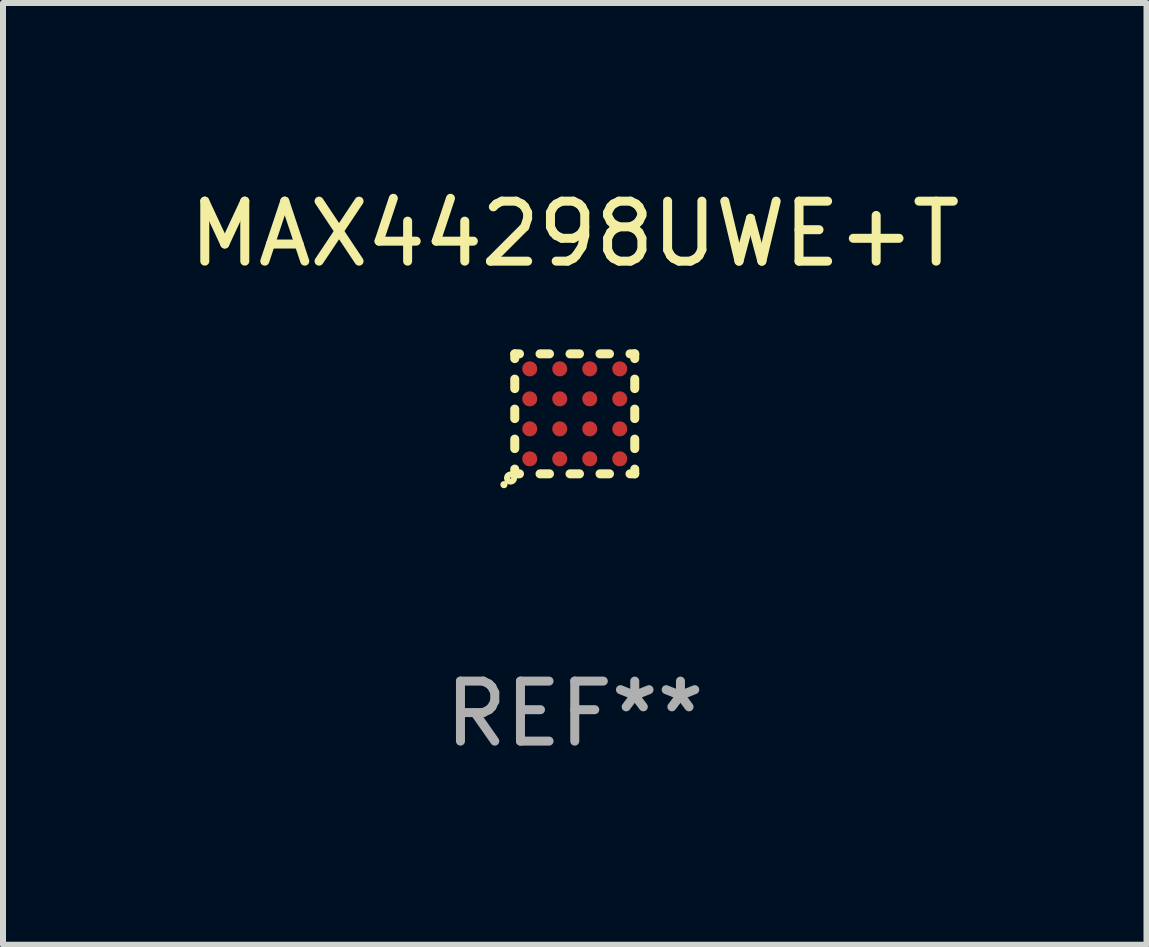
<source format=kicad_pcb>
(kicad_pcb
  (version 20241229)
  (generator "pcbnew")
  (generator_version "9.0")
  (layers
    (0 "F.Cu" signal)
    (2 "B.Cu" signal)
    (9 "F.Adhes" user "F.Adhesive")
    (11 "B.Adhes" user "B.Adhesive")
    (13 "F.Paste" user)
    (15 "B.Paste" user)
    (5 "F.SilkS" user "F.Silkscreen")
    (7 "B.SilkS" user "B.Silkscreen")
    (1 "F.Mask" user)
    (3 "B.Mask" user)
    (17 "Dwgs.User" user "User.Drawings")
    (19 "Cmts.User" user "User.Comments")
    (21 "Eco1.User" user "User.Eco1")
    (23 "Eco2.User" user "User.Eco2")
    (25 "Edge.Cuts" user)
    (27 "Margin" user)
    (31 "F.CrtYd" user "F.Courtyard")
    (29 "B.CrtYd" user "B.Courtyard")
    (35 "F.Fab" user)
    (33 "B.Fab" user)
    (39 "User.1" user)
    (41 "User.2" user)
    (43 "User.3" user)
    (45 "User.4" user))
  (footprint "MAX44298UWE+T"
    (layer "F.Cu")
    (at 6.53 3.848)
    (property "Reference" "MAX44298UWE+T" (at 0 -3 0) (layer "F.SilkS") (effects (font (size 1 1) (thickness 0.15))))
    (attr through_hole)
    (fp_line (start -1 -1) (end -0.921 -1) (stroke (width 0.15) (type solid)) (layer "F.SilkS"))
    (fp_line (start -1 -0.921) (end -1 -1) (stroke (width 0.15) (type solid)) (layer "F.SilkS"))
    (fp_line (start -1 -0.421) (end -1 -0.579) (stroke (width 0.15) (type solid)) (layer "F.SilkS"))
    (fp_line (start -1 0.079) (end -1 -0.079) (stroke (width 0.15) (type solid)) (layer "F.SilkS"))
    (fp_line (start -1 0.579) (end -1 0.421) (stroke (width 0.15) (type solid)) (layer "F.SilkS"))
    (fp_line (start -1 1) (end -1 0.921) (stroke (width 0.15) (type solid)) (layer "F.SilkS"))
    (fp_line (start -0.921 1) (end -1 1) (stroke (width 0.15) (type solid)) (layer "F.SilkS"))
    (fp_line (start -0.579 -1) (end -0.421 -1) (stroke (width 0.15) (type solid)) (layer "F.SilkS"))
    (fp_line (start -0.421 1) (end -0.579 1) (stroke (width 0.15) (type solid)) (layer "F.SilkS"))
    (fp_line (start -0.079 -1) (end 0.079 -1) (stroke (width 0.15) (type solid)) (layer "F.SilkS"))
    (fp_line (start 0.079 1) (end -0.079 1) (stroke (width 0.15) (type solid)) (layer "F.SilkS"))
    (fp_line (start 0.421 -1) (end 0.579 -1) (stroke (width 0.15) (type solid)) (layer "F.SilkS"))
    (fp_line (start 0.579 1) (end 0.421 1) (stroke (width 0.15) (type solid)) (layer "F.SilkS"))
    (fp_line (start 0.921 -1) (end 1 -1) (stroke (width 0.15) (type solid)) (layer "F.SilkS"))
    (fp_line (start 1 -1) (end 1 -0.921) (stroke (width 0.15) (type solid)) (layer "F.SilkS"))
    (fp_line (start 1 -0.579) (end 1 -0.421) (stroke (width 0.15) (type solid)) (layer "F.SilkS"))
    (fp_line (start 1 -0.079) (end 1 0.079) (stroke (width 0.15) (type solid)) (layer "F.SilkS"))
    (fp_line (start 1 0.421) (end 1 0.579) (stroke (width 0.15) (type solid)) (layer "F.SilkS"))
    (fp_line (start 1 0.921) (end 1 1) (stroke (width 0.15) (type solid)) (layer "F.SilkS"))
    (fp_line (start 1 1) (end 0.921 1) (stroke (width 0.15) (type solid)) (layer "F.SilkS"))
    (fp_circle (center -1.18 1.18) (end -1.15 1.18) (stroke (width 0.06) (type solid)) (fill no) (layer "F.SilkS"))
    (fp_circle (center -1.07 1.07) (end -1.01 1.07) (stroke (width 0.1) (type solid)) (fill no) (layer "F.SilkS"))
    (fp_text user "REF**" (at 0 5 0) (layer "F.Fab") (effects (font (size 1 1) (thickness 0.15))))
    (pad "A1" smd circle (at -0.75 0.75) (size 0.25 0.25) (layers "F.Cu" "F.Mask" "F.Paste"))
    (pad "A2" smd circle (at -0.75 0.25) (size 0.25 0.25) (layers "F.Cu" "F.Mask" "F.Paste"))
    (pad "A3" smd circle (at -0.75 -0.25) (size 0.25 0.25) (layers "F.Cu" "F.Mask" "F.Paste"))
    (pad "A4" smd circle (at -0.75 -0.75) (size 0.25 0.25) (layers "F.Cu" "F.Mask" "F.Paste"))
    (pad "B1" smd circle (at -0.25 0.75) (size 0.25 0.25) (layers "F.Cu" "F.Mask" "F.Paste"))
    (pad "B2" smd circle (at -0.25 0.25) (size 0.25 0.25) (layers "F.Cu" "F.Mask" "F.Paste"))
    (pad "B3" smd circle (at -0.25 -0.25) (size 0.25 0.25) (layers "F.Cu" "F.Mask" "F.Paste"))
    (pad "B4" smd circle (at -0.25 -0.75) (size 0.25 0.25) (layers "F.Cu" "F.Mask" "F.Paste"))
    (pad "C1" smd circle (at 0.25 0.75) (size 0.25 0.25) (layers "F.Cu" "F.Mask" "F.Paste"))
    (pad "C2" smd circle (at 0.25 0.25) (size 0.25 0.25) (layers "F.Cu" "F.Mask" "F.Paste"))
    (pad "C3" smd circle (at 0.25 -0.25) (size 0.25 0.25) (layers "F.Cu" "F.Mask" "F.Paste"))
    (pad "C4" smd circle (at 0.25 -0.75) (size 0.25 0.25) (layers "F.Cu" "F.Mask" "F.Paste"))
    (pad "D1" smd circle (at 0.75 0.75) (size 0.25 0.25) (layers "F.Cu" "F.Mask" "F.Paste"))
    (pad "D2" smd circle (at 0.75 0.25) (size 0.25 0.25) (layers "F.Cu" "F.Mask" "F.Paste"))
    (pad "D3" smd circle (at 0.75 -0.25) (size 0.25 0.25) (layers "F.Cu" "F.Mask" "F.Paste"))
    (pad "D4" smd circle (at 0.75 -0.75) (size 0.25 0.25) (layers "F.Cu" "F.Mask" "F.Paste")))
  (gr_rect
    (start -3 -3)
    (end 16.06 12.697)
    (stroke (width 0.1) (type default))
    (fill no)
    (layer "Edge.Cuts")))
</source>
